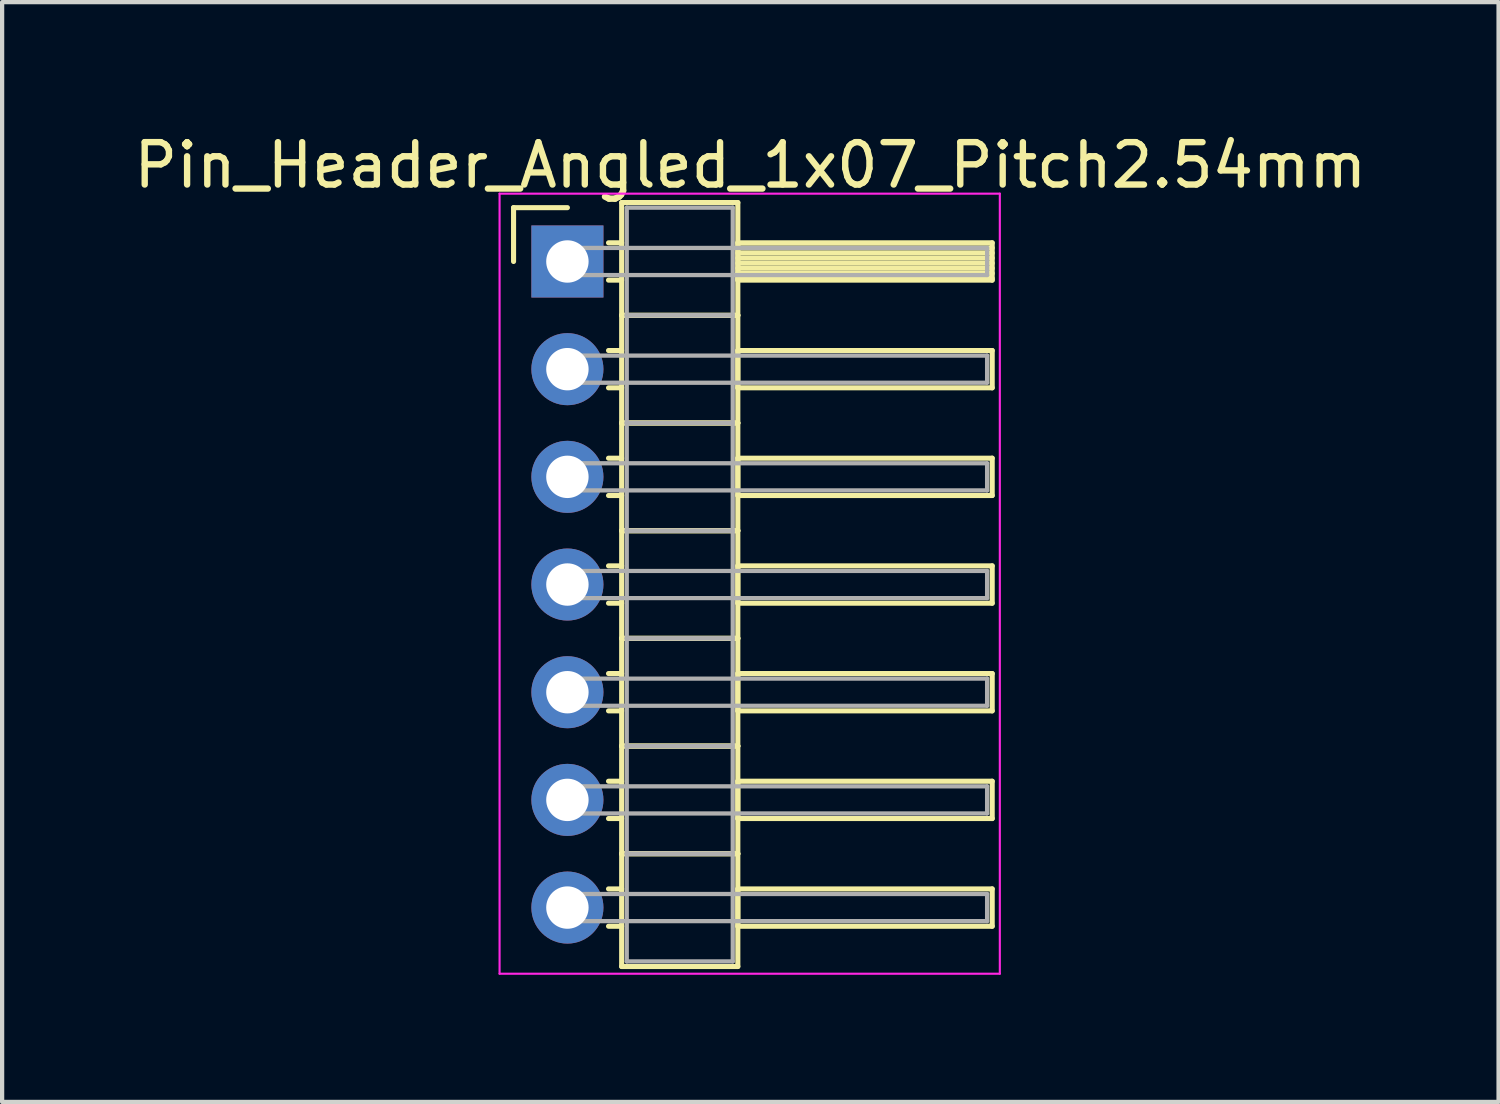
<source format=kicad_pcb>
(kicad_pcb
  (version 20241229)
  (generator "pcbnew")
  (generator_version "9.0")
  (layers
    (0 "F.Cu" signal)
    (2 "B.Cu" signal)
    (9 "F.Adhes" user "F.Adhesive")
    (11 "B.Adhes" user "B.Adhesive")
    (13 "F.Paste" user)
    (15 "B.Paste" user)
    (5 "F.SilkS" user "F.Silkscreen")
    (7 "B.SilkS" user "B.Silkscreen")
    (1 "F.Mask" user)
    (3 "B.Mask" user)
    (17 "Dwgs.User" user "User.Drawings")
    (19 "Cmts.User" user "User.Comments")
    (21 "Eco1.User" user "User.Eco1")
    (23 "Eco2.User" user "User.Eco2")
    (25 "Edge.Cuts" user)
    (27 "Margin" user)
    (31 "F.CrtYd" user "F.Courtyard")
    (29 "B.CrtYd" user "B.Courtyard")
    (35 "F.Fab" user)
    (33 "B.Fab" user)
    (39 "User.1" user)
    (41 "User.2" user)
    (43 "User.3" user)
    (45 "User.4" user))
  (footprint "Pin_Header_Angled_1x07_Pitch2.54mm"
    (layer "F.Cu")
    (at 10.334 3.118)
    (property "Reference" "Pin_Header_Angled_1x07_Pitch2.54mm" (at 4.315 -2.27 0) (layer "F.SilkS") (effects (font (size 1 1) (thickness 0.15))))
    (attr through_hole)
    (fp_line (start -1.27 -1.27) (end 0 -1.27) (stroke (width 0.12) (type solid)) (layer "F.SilkS"))
    (fp_line (start -1.27 0) (end -1.27 -1.27) (stroke (width 0.12) (type solid)) (layer "F.SilkS"))
    (fp_line (start 0.97 -0.44) (end 1.28 -0.44) (stroke (width 0.12) (type solid)) (layer "F.SilkS"))
    (fp_line (start 0.97 0.44) (end 1.28 0.44) (stroke (width 0.12) (type solid)) (layer "F.SilkS"))
    (fp_line (start 0.97 2.1) (end 1.28 2.1) (stroke (width 0.12) (type solid)) (layer "F.SilkS"))
    (fp_line (start 0.97 2.98) (end 1.28 2.98) (stroke (width 0.12) (type solid)) (layer "F.SilkS"))
    (fp_line (start 0.97 4.64) (end 1.28 4.64) (stroke (width 0.12) (type solid)) (layer "F.SilkS"))
    (fp_line (start 0.97 5.52) (end 1.28 5.52) (stroke (width 0.12) (type solid)) (layer "F.SilkS"))
    (fp_line (start 0.97 7.18) (end 1.28 7.18) (stroke (width 0.12) (type solid)) (layer "F.SilkS"))
    (fp_line (start 0.97 8.06) (end 1.28 8.06) (stroke (width 0.12) (type solid)) (layer "F.SilkS"))
    (fp_line (start 0.97 9.72) (end 1.28 9.72) (stroke (width 0.12) (type solid)) (layer "F.SilkS"))
    (fp_line (start 0.97 10.6) (end 1.28 10.6) (stroke (width 0.12) (type solid)) (layer "F.SilkS"))
    (fp_line (start 0.97 12.26) (end 1.28 12.26) (stroke (width 0.12) (type solid)) (layer "F.SilkS"))
    (fp_line (start 0.97 13.14) (end 1.28 13.14) (stroke (width 0.12) (type solid)) (layer "F.SilkS"))
    (fp_line (start 0.97 14.8) (end 1.28 14.8) (stroke (width 0.12) (type solid)) (layer "F.SilkS"))
    (fp_line (start 0.97 15.68) (end 1.28 15.68) (stroke (width 0.12) (type solid)) (layer "F.SilkS"))
    (fp_line (start 1.28 -1.39) (end 1.28 1.27) (stroke (width 0.12) (type solid)) (layer "F.SilkS"))
    (fp_line (start 1.28 1.27) (end 1.28 3.81) (stroke (width 0.12) (type solid)) (layer "F.SilkS"))
    (fp_line (start 1.28 1.27) (end 4.02 1.27) (stroke (width 0.12) (type solid)) (layer "F.SilkS"))
    (fp_line (start 1.28 3.81) (end 1.28 6.35) (stroke (width 0.12) (type solid)) (layer "F.SilkS"))
    (fp_line (start 1.28 3.81) (end 4.02 3.81) (stroke (width 0.12) (type solid)) (layer "F.SilkS"))
    (fp_line (start 1.28 6.35) (end 1.28 8.89) (stroke (width 0.12) (type solid)) (layer "F.SilkS"))
    (fp_line (start 1.28 6.35) (end 4.02 6.35) (stroke (width 0.12) (type solid)) (layer "F.SilkS"))
    (fp_line (start 1.28 8.89) (end 1.28 11.43) (stroke (width 0.12) (type solid)) (layer "F.SilkS"))
    (fp_line (start 1.28 8.89) (end 4.02 8.89) (stroke (width 0.12) (type solid)) (layer "F.SilkS"))
    (fp_line (start 1.28 11.43) (end 1.28 13.97) (stroke (width 0.12) (type solid)) (layer "F.SilkS"))
    (fp_line (start 1.28 11.43) (end 4.02 11.43) (stroke (width 0.12) (type solid)) (layer "F.SilkS"))
    (fp_line (start 1.28 13.97) (end 1.28 16.63) (stroke (width 0.12) (type solid)) (layer "F.SilkS"))
    (fp_line (start 1.28 13.97) (end 4.02 13.97) (stroke (width 0.12) (type solid)) (layer "F.SilkS"))
    (fp_line (start 1.28 16.63) (end 4.02 16.63) (stroke (width 0.12) (type solid)) (layer "F.SilkS"))
    (fp_line (start 4.02 -1.39) (end 1.28 -1.39) (stroke (width 0.12) (type solid)) (layer "F.SilkS"))
    (fp_line (start 4.02 -0.44) (end 4.02 0.44) (stroke (width 0.12) (type solid)) (layer "F.SilkS"))
    (fp_line (start 4.02 -0.32) (end 10.02 -0.32) (stroke (width 0.12) (type solid)) (layer "F.SilkS"))
    (fp_line (start 4.02 -0.2) (end 10.02 -0.2) (stroke (width 0.12) (type solid)) (layer "F.SilkS"))
    (fp_line (start 4.02 -0.08) (end 10.02 -0.08) (stroke (width 0.12) (type solid)) (layer "F.SilkS"))
    (fp_line (start 4.02 0.04) (end 10.02 0.04) (stroke (width 0.12) (type solid)) (layer "F.SilkS"))
    (fp_line (start 4.02 0.16) (end 10.02 0.16) (stroke (width 0.12) (type solid)) (layer "F.SilkS"))
    (fp_line (start 4.02 0.28) (end 10.02 0.28) (stroke (width 0.12) (type solid)) (layer "F.SilkS"))
    (fp_line (start 4.02 0.4) (end 10.02 0.4) (stroke (width 0.12) (type solid)) (layer "F.SilkS"))
    (fp_line (start 4.02 0.44) (end 10.02 0.44) (stroke (width 0.12) (type solid)) (layer "F.SilkS"))
    (fp_line (start 4.02 1.27) (end 1.28 1.27) (stroke (width 0.12) (type solid)) (layer "F.SilkS"))
    (fp_line (start 4.02 1.27) (end 4.02 -1.39) (stroke (width 0.12) (type solid)) (layer "F.SilkS"))
    (fp_line (start 4.02 2.1) (end 4.02 2.98) (stroke (width 0.12) (type solid)) (layer "F.SilkS"))
    (fp_line (start 4.02 2.98) (end 10.02 2.98) (stroke (width 0.12) (type solid)) (layer "F.SilkS"))
    (fp_line (start 4.02 3.81) (end 1.28 3.81) (stroke (width 0.12) (type solid)) (layer "F.SilkS"))
    (fp_line (start 4.02 3.81) (end 4.02 1.27) (stroke (width 0.12) (type solid)) (layer "F.SilkS"))
    (fp_line (start 4.02 4.64) (end 4.02 5.52) (stroke (width 0.12) (type solid)) (layer "F.SilkS"))
    (fp_line (start 4.02 5.52) (end 10.02 5.52) (stroke (width 0.12) (type solid)) (layer "F.SilkS"))
    (fp_line (start 4.02 6.35) (end 1.28 6.35) (stroke (width 0.12) (type solid)) (layer "F.SilkS"))
    (fp_line (start 4.02 6.35) (end 4.02 3.81) (stroke (width 0.12) (type solid)) (layer "F.SilkS"))
    (fp_line (start 4.02 7.18) (end 4.02 8.06) (stroke (width 0.12) (type solid)) (layer "F.SilkS"))
    (fp_line (start 4.02 8.06) (end 10.02 8.06) (stroke (width 0.12) (type solid)) (layer "F.SilkS"))
    (fp_line (start 4.02 8.89) (end 1.28 8.89) (stroke (width 0.12) (type solid)) (layer "F.SilkS"))
    (fp_line (start 4.02 8.89) (end 4.02 6.35) (stroke (width 0.12) (type solid)) (layer "F.SilkS"))
    (fp_line (start 4.02 9.72) (end 4.02 10.6) (stroke (width 0.12) (type solid)) (layer "F.SilkS"))
    (fp_line (start 4.02 10.6) (end 10.02 10.6) (stroke (width 0.12) (type solid)) (layer "F.SilkS"))
    (fp_line (start 4.02 11.43) (end 1.28 11.43) (stroke (width 0.12) (type solid)) (layer "F.SilkS"))
    (fp_line (start 4.02 11.43) (end 4.02 8.89) (stroke (width 0.12) (type solid)) (layer "F.SilkS"))
    (fp_line (start 4.02 12.26) (end 4.02 13.14) (stroke (width 0.12) (type solid)) (layer "F.SilkS"))
    (fp_line (start 4.02 13.14) (end 10.02 13.14) (stroke (width 0.12) (type solid)) (layer "F.SilkS"))
    (fp_line (start 4.02 13.97) (end 1.28 13.97) (stroke (width 0.12) (type solid)) (layer "F.SilkS"))
    (fp_line (start 4.02 13.97) (end 4.02 11.43) (stroke (width 0.12) (type solid)) (layer "F.SilkS"))
    (fp_line (start 4.02 14.8) (end 4.02 15.68) (stroke (width 0.12) (type solid)) (layer "F.SilkS"))
    (fp_line (start 4.02 15.68) (end 10.02 15.68) (stroke (width 0.12) (type solid)) (layer "F.SilkS"))
    (fp_line (start 4.02 16.63) (end 4.02 13.97) (stroke (width 0.12) (type solid)) (layer "F.SilkS"))
    (fp_line (start 10.02 -0.44) (end 4.02 -0.44) (stroke (width 0.12) (type solid)) (layer "F.SilkS"))
    (fp_line (start 10.02 0.44) (end 10.02 -0.44) (stroke (width 0.12) (type solid)) (layer "F.SilkS"))
    (fp_line (start 10.02 2.1) (end 4.02 2.1) (stroke (width 0.12) (type solid)) (layer "F.SilkS"))
    (fp_line (start 10.02 2.98) (end 10.02 2.1) (stroke (width 0.12) (type solid)) (layer "F.SilkS"))
    (fp_line (start 10.02 4.64) (end 4.02 4.64) (stroke (width 0.12) (type solid)) (layer "F.SilkS"))
    (fp_line (start 10.02 5.52) (end 10.02 4.64) (stroke (width 0.12) (type solid)) (layer "F.SilkS"))
    (fp_line (start 10.02 7.18) (end 4.02 7.18) (stroke (width 0.12) (type solid)) (layer "F.SilkS"))
    (fp_line (start 10.02 8.06) (end 10.02 7.18) (stroke (width 0.12) (type solid)) (layer "F.SilkS"))
    (fp_line (start 10.02 9.72) (end 4.02 9.72) (stroke (width 0.12) (type solid)) (layer "F.SilkS"))
    (fp_line (start 10.02 10.6) (end 10.02 9.72) (stroke (width 0.12) (type solid)) (layer "F.SilkS"))
    (fp_line (start 10.02 12.26) (end 4.02 12.26) (stroke (width 0.12) (type solid)) (layer "F.SilkS"))
    (fp_line (start 10.02 13.14) (end 10.02 12.26) (stroke (width 0.12) (type solid)) (layer "F.SilkS"))
    (fp_line (start 10.02 14.8) (end 4.02 14.8) (stroke (width 0.12) (type solid)) (layer "F.SilkS"))
    (fp_line (start 10.02 15.68) (end 10.02 14.8) (stroke (width 0.12) (type solid)) (layer "F.SilkS"))
    (fp_line (start -1.6 -1.6) (end -1.6 16.8) (stroke (width 0.05) (type solid)) (layer "F.CrtYd"))
    (fp_line (start -1.6 16.8) (end 10.2 16.8) (stroke (width 0.05) (type solid)) (layer "F.CrtYd"))
    (fp_line (start 10.2 -1.6) (end -1.6 -1.6) (stroke (width 0.05) (type solid)) (layer "F.CrtYd"))
    (fp_line (start 10.2 16.8) (end 10.2 -1.6) (stroke (width 0.05) (type solid)) (layer "F.CrtYd"))
    (fp_line (start 0 -0.32) (end 0 0.32) (stroke (width 0.1) (type solid)) (layer "F.Fab"))
    (fp_line (start 0 0.32) (end 9.9 0.32) (stroke (width 0.1) (type solid)) (layer "F.Fab"))
    (fp_line (start 0 2.22) (end 0 2.86) (stroke (width 0.1) (type solid)) (layer "F.Fab"))
    (fp_line (start 0 2.86) (end 9.9 2.86) (stroke (width 0.1) (type solid)) (layer "F.Fab"))
    (fp_line (start 0 4.76) (end 0 5.4) (stroke (width 0.1) (type solid)) (layer "F.Fab"))
    (fp_line (start 0 5.4) (end 9.9 5.4) (stroke (width 0.1) (type solid)) (layer "F.Fab"))
    (fp_line (start 0 7.3) (end 0 7.94) (stroke (width 0.1) (type solid)) (layer "F.Fab"))
    (fp_line (start 0 7.94) (end 9.9 7.94) (stroke (width 0.1) (type solid)) (layer "F.Fab"))
    (fp_line (start 0 9.84) (end 0 10.48) (stroke (width 0.1) (type solid)) (layer "F.Fab"))
    (fp_line (start 0 10.48) (end 9.9 10.48) (stroke (width 0.1) (type solid)) (layer "F.Fab"))
    (fp_line (start 0 12.38) (end 0 13.02) (stroke (width 0.1) (type solid)) (layer "F.Fab"))
    (fp_line (start 0 13.02) (end 9.9 13.02) (stroke (width 0.1) (type solid)) (layer "F.Fab"))
    (fp_line (start 0 14.92) (end 0 15.56) (stroke (width 0.1) (type solid)) (layer "F.Fab"))
    (fp_line (start 0 15.56) (end 9.9 15.56) (stroke (width 0.1) (type solid)) (layer "F.Fab"))
    (fp_line (start 1.4 -1.27) (end 1.4 1.27) (stroke (width 0.1) (type solid)) (layer "F.Fab"))
    (fp_line (start 1.4 1.27) (end 1.4 3.81) (stroke (width 0.1) (type solid)) (layer "F.Fab"))
    (fp_line (start 1.4 1.27) (end 3.9 1.27) (stroke (width 0.1) (type solid)) (layer "F.Fab"))
    (fp_line (start 1.4 3.81) (end 1.4 6.35) (stroke (width 0.1) (type solid)) (layer "F.Fab"))
    (fp_line (start 1.4 3.81) (end 3.9 3.81) (stroke (width 0.1) (type solid)) (layer "F.Fab"))
    (fp_line (start 1.4 6.35) (end 1.4 8.89) (stroke (width 0.1) (type solid)) (layer "F.Fab"))
    (fp_line (start 1.4 6.35) (end 3.9 6.35) (stroke (width 0.1) (type solid)) (layer "F.Fab"))
    (fp_line (start 1.4 8.89) (end 1.4 11.43) (stroke (width 0.1) (type solid)) (layer "F.Fab"))
    (fp_line (start 1.4 8.89) (end 3.9 8.89) (stroke (width 0.1) (type solid)) (layer "F.Fab"))
    (fp_line (start 1.4 11.43) (end 1.4 13.97) (stroke (width 0.1) (type solid)) (layer "F.Fab"))
    (fp_line (start 1.4 11.43) (end 3.9 11.43) (stroke (width 0.1) (type solid)) (layer "F.Fab"))
    (fp_line (start 1.4 13.97) (end 1.4 16.51) (stroke (width 0.1) (type solid)) (layer "F.Fab"))
    (fp_line (start 1.4 13.97) (end 3.9 13.97) (stroke (width 0.1) (type solid)) (layer "F.Fab"))
    (fp_line (start 1.4 16.51) (end 3.9 16.51) (stroke (width 0.1) (type solid)) (layer "F.Fab"))
    (fp_line (start 3.9 -1.27) (end 1.4 -1.27) (stroke (width 0.1) (type solid)) (layer "F.Fab"))
    (fp_line (start 3.9 1.27) (end 1.4 1.27) (stroke (width 0.1) (type solid)) (layer "F.Fab"))
    (fp_line (start 3.9 1.27) (end 3.9 -1.27) (stroke (width 0.1) (type solid)) (layer "F.Fab"))
    (fp_line (start 3.9 3.81) (end 1.4 3.81) (stroke (width 0.1) (type solid)) (layer "F.Fab"))
    (fp_line (start 3.9 3.81) (end 3.9 1.27) (stroke (width 0.1) (type solid)) (layer "F.Fab"))
    (fp_line (start 3.9 6.35) (end 1.4 6.35) (stroke (width 0.1) (type solid)) (layer "F.Fab"))
    (fp_line (start 3.9 6.35) (end 3.9 3.81) (stroke (width 0.1) (type solid)) (layer "F.Fab"))
    (fp_line (start 3.9 8.89) (end 1.4 8.89) (stroke (width 0.1) (type solid)) (layer "F.Fab"))
    (fp_line (start 3.9 8.89) (end 3.9 6.35) (stroke (width 0.1) (type solid)) (layer "F.Fab"))
    (fp_line (start 3.9 11.43) (end 1.4 11.43) (stroke (width 0.1) (type solid)) (layer "F.Fab"))
    (fp_line (start 3.9 11.43) (end 3.9 8.89) (stroke (width 0.1) (type solid)) (layer "F.Fab"))
    (fp_line (start 3.9 13.97) (end 1.4 13.97) (stroke (width 0.1) (type solid)) (layer "F.Fab"))
    (fp_line (start 3.9 13.97) (end 3.9 11.43) (stroke (width 0.1) (type solid)) (layer "F.Fab"))
    (fp_line (start 3.9 16.51) (end 3.9 13.97) (stroke (width 0.1) (type solid)) (layer "F.Fab"))
    (fp_line (start 9.9 -0.32) (end 0 -0.32) (stroke (width 0.1) (type solid)) (layer "F.Fab"))
    (fp_line (start 9.9 0.32) (end 9.9 -0.32) (stroke (width 0.1) (type solid)) (layer "F.Fab"))
    (fp_line (start 9.9 2.22) (end 0 2.22) (stroke (width 0.1) (type solid)) (layer "F.Fab"))
    (fp_line (start 9.9 2.86) (end 9.9 2.22) (stroke (width 0.1) (type solid)) (layer "F.Fab"))
    (fp_line (start 9.9 4.76) (end 0 4.76) (stroke (width 0.1) (type solid)) (layer "F.Fab"))
    (fp_line (start 9.9 5.4) (end 9.9 4.76) (stroke (width 0.1) (type solid)) (layer "F.Fab"))
    (fp_line (start 9.9 7.3) (end 0 7.3) (stroke (width 0.1) (type solid)) (layer "F.Fab"))
    (fp_line (start 9.9 7.94) (end 9.9 7.3) (stroke (width 0.1) (type solid)) (layer "F.Fab"))
    (fp_line (start 9.9 9.84) (end 0 9.84) (stroke (width 0.1) (type solid)) (layer "F.Fab"))
    (fp_line (start 9.9 10.48) (end 9.9 9.84) (stroke (width 0.1) (type solid)) (layer "F.Fab"))
    (fp_line (start 9.9 12.38) (end 0 12.38) (stroke (width 0.1) (type solid)) (layer "F.Fab"))
    (fp_line (start 9.9 13.02) (end 9.9 12.38) (stroke (width 0.1) (type solid)) (layer "F.Fab"))
    (fp_line (start 9.9 14.92) (end 0 14.92) (stroke (width 0.1) (type solid)) (layer "F.Fab"))
    (fp_line (start 9.9 15.56) (end 9.9 14.92) (stroke (width 0.1) (type solid)) (layer "F.Fab"))
    (pad "1" thru_hole rect (at 0 0) (size 1.7 1.7) (drill 1) (layers "*.Cu" "*.Mask"))
    (pad "2" thru_hole oval (at 0 2.54) (size 1.7 1.7) (drill 1) (layers "*.Cu" "*.Mask"))
    (pad "3" thru_hole oval (at 0 5.08) (size 1.7 1.7) (drill 1) (layers "*.Cu" "*.Mask"))
    (pad "4" thru_hole oval (at 0 7.62) (size 1.7 1.7) (drill 1) (layers "*.Cu" "*.Mask"))
    (pad "5" thru_hole oval (at 0 10.16) (size 1.7 1.7) (drill 1) (layers "*.Cu" "*.Mask"))
    (pad "6" thru_hole oval (at 0 12.7) (size 1.7 1.7) (drill 1) (layers "*.Cu" "*.Mask"))
    (pad "7" thru_hole oval (at 0 15.24) (size 1.7 1.7) (drill 1) (layers "*.Cu" "*.Mask")))
  (gr_rect
    (start -3 -3)
    (end 32.298 22.943)
    (stroke (width 0.1) (type default))
    (fill no)
    (layer "Edge.Cuts")))
</source>
